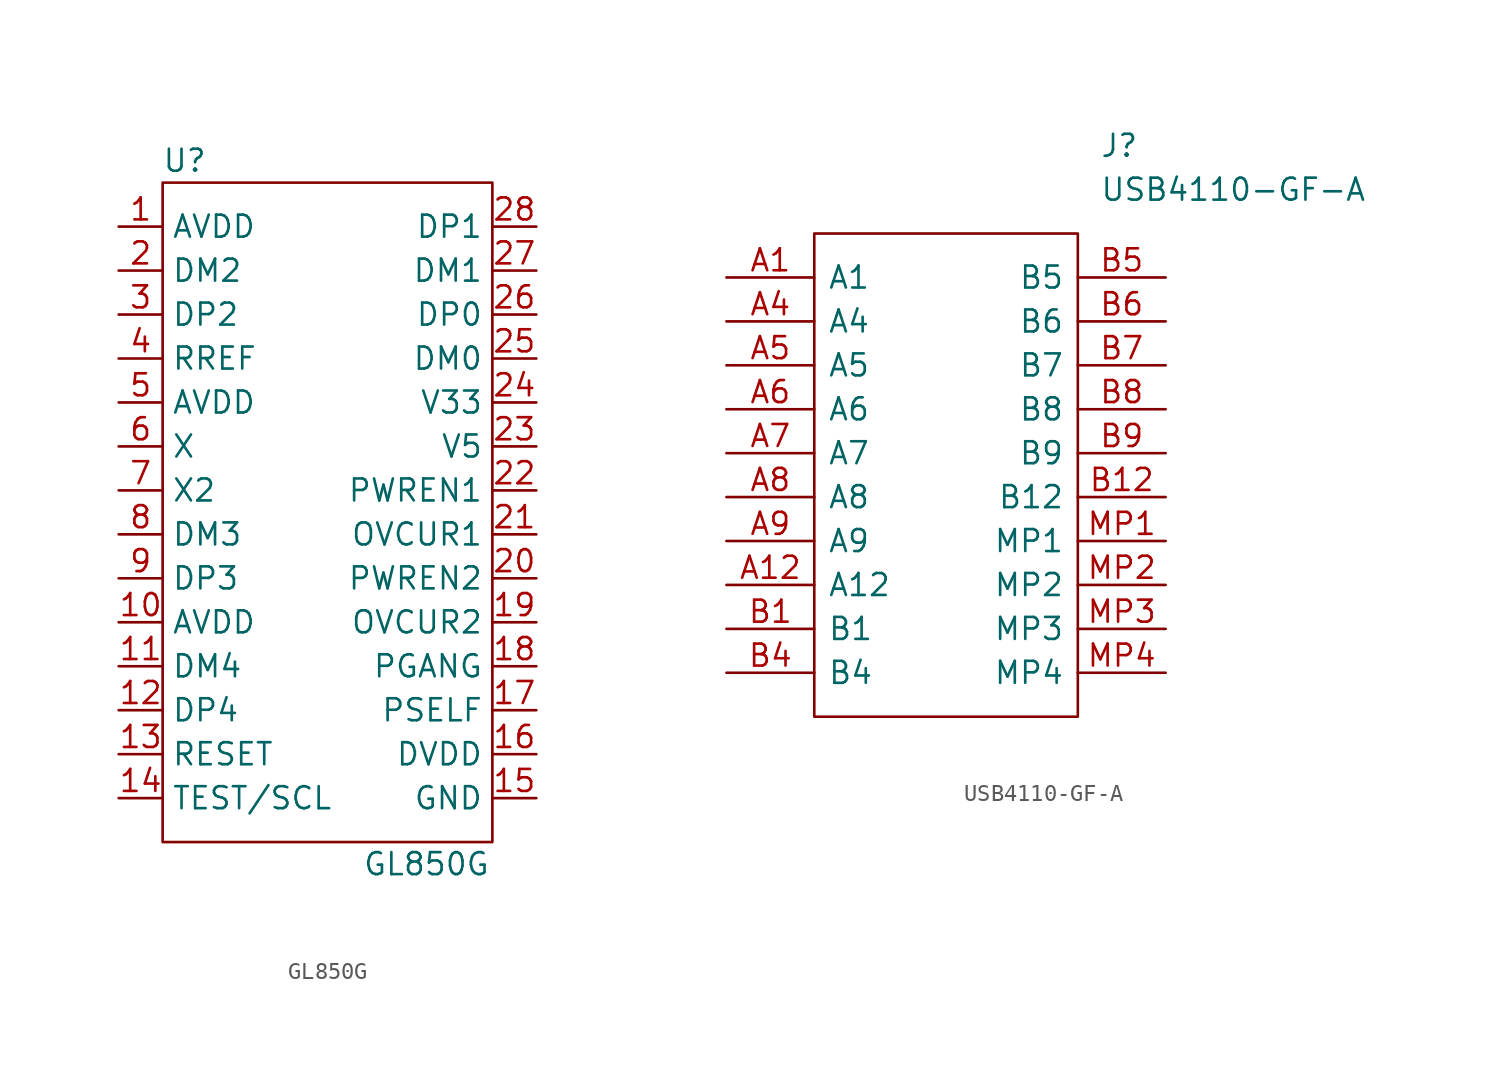
<source format=kicad_sym>
(kicad_symbol_lib
  (version 20211014)
  (generator kicad_symbol_editor)
  (symbol "GL850G"
    (property "Reference" "U"
      (at -8.89 20.32 0)
      (effects (font (size 1.27 1.27))))
    (property "Value" "GL850G"
      (at 5.08 -20.32 0)
      (effects (font (size 1.27 1.27))))
    (symbol "GL850G_0_1"
      (rectangle (start -10.16 19.05) (end 8.89 -19.05) (stroke (width 0) (type default) (color 0 0 0 0)) (fill (type none))))
    (symbol "GL850G_1_1"
      (pin input line (at -12.7 16.51 0) (length 2.54) (name "AVDD" (effects (font (size 1.27 1.27)))) (number "1" (effects (font (size 1.27 1.27)))))
      (pin input line (at -12.7 -6.35 0) (length 2.54) (name "AVDD" (effects (font (size 1.27 1.27)))) (number "10" (effects (font (size 1.27 1.27)))))
      (pin input line (at -12.7 -8.89 0) (length 2.54) (name "DM4" (effects (font (size 1.27 1.27)))) (number "11" (effects (font (size 1.27 1.27)))))
      (pin input line (at -12.7 -11.43 0) (length 2.54) (name "DP4" (effects (font (size 1.27 1.27)))) (number "12" (effects (font (size 1.27 1.27)))))
      (pin input line (at -12.7 -13.97 0) (length 2.54) (name "RESET" (effects (font (size 1.27 1.27)))) (number "13" (effects (font (size 1.27 1.27)))))
      (pin input line (at -12.7 -16.51 0) (length 2.54) (name "TEST/SCL" (effects (font (size 1.27 1.27)))) (number "14" (effects (font (size 1.27 1.27)))))
      (pin input line (at 11.43 -16.51 180) (length 2.54) (name "GND" (effects (font (size 1.27 1.27)))) (number "15" (effects (font (size 1.27 1.27)))))
      (pin input line (at 11.43 -13.97 180) (length 2.54) (name "DVDD" (effects (font (size 1.27 1.27)))) (number "16" (effects (font (size 1.27 1.27)))))
      (pin input line (at 11.43 -11.43 180) (length 2.54) (name "PSELF" (effects (font (size 1.27 1.27)))) (number "17" (effects (font (size 1.27 1.27)))))
      (pin input line (at 11.43 -8.89 180) (length 2.54) (name "PGANG" (effects (font (size 1.27 1.27)))) (number "18" (effects (font (size 1.27 1.27)))))
      (pin input line (at 11.43 -6.35 180) (length 2.54) (name "OVCUR2" (effects (font (size 1.27 1.27)))) (number "19" (effects (font (size 1.27 1.27)))))
      (pin input line (at -12.7 13.97 0) (length 2.54) (name "DM2" (effects (font (size 1.27 1.27)))) (number "2" (effects (font (size 1.27 1.27)))))
      (pin input line (at 11.43 -3.81 180) (length 2.54) (name "PWREN2" (effects (font (size 1.27 1.27)))) (number "20" (effects (font (size 1.27 1.27)))))
      (pin input line (at 11.43 -1.27 180) (length 2.54) (name "OVCUR1" (effects (font (size 1.27 1.27)))) (number "21" (effects (font (size 1.27 1.27)))))
      (pin input line (at 11.43 1.27 180) (length 2.54) (name "PWREN1" (effects (font (size 1.27 1.27)))) (number "22" (effects (font (size 1.27 1.27)))))
      (pin input line (at 11.43 3.81 180) (length 2.54) (name "V5" (effects (font (size 1.27 1.27)))) (number "23" (effects (font (size 1.27 1.27)))))
      (pin input line (at 11.43 6.35 180) (length 2.54) (name "V33" (effects (font (size 1.27 1.27)))) (number "24" (effects (font (size 1.27 1.27)))))
      (pin input line (at 11.43 8.89 180) (length 2.54) (name "DM0" (effects (font (size 1.27 1.27)))) (number "25" (effects (font (size 1.27 1.27)))))
      (pin input line (at 11.43 11.43 180) (length 2.54) (name "DP0" (effects (font (size 1.27 1.27)))) (number "26" (effects (font (size 1.27 1.27)))))
      (pin input line (at 11.43 13.97 180) (length 2.54) (name "DM1" (effects (font (size 1.27 1.27)))) (number "27" (effects (font (size 1.27 1.27)))))
      (pin input line (at 11.43 16.51 180) (length 2.54) (name "DP1" (effects (font (size 1.27 1.27)))) (number "28" (effects (font (size 1.27 1.27)))))
      (pin input line (at -12.7 11.43 0) (length 2.54) (name "DP2" (effects (font (size 1.27 1.27)))) (number "3" (effects (font (size 1.27 1.27)))))
      (pin input line (at -12.7 8.89 0) (length 2.54) (name "RREF" (effects (font (size 1.27 1.27)))) (number "4" (effects (font (size 1.27 1.27)))))
      (pin input line (at -12.7 6.35 0) (length 2.54) (name "AVDD" (effects (font (size 1.27 1.27)))) (number "5" (effects (font (size 1.27 1.27)))))
      (pin input line (at -12.7 3.81 0) (length 2.54) (name "X" (effects (font (size 1.27 1.27)))) (number "6" (effects (font (size 1.27 1.27)))))
      (pin input line (at -12.7 1.27 0) (length 2.54) (name "X2" (effects (font (size 1.27 1.27)))) (number "7" (effects (font (size 1.27 1.27)))))
      (pin input line (at -12.7 -1.27 0) (length 2.54) (name "DM3" (effects (font (size 1.27 1.27)))) (number "8" (effects (font (size 1.27 1.27)))))
      (pin input line (at -12.7 -3.81 0) (length 2.54) (name "DP3" (effects (font (size 1.27 1.27)))) (number "9" (effects (font (size 1.27 1.27)))))))
  (symbol "USB4110-GF-A"
    (pin_names
      (offset 0.762))
    (property "Reference" "J"
      (at 21.59 7.62 0)
      (effects (font (size 1.27 1.27)) (justify left)))
    (property "Value" "USB4110-GF-A"
      (at 21.59 5.08 0)
      (effects (font (size 1.27 1.27)) (justify left)))
    (symbol "USB4110-GF-A_0_0"
      (pin passive line (at 0 0 0) (length 5.08) (name "A1" (effects (font (size 1.27 1.27)))) (number "A1" (effects (font (size 1.27 1.27)))))
      (pin passive line (at 0 -17.78 0) (length 5.08) (name "A12" (effects (font (size 1.27 1.27)))) (number "A12" (effects (font (size 1.27 1.27)))))
      (pin passive line (at 0 -2.54 0) (length 5.08) (name "A4" (effects (font (size 1.27 1.27)))) (number "A4" (effects (font (size 1.27 1.27)))))
      (pin passive line (at 0 -5.08 0) (length 5.08) (name "A5" (effects (font (size 1.27 1.27)))) (number "A5" (effects (font (size 1.27 1.27)))))
      (pin passive line (at 0 -7.62 0) (length 5.08) (name "A6" (effects (font (size 1.27 1.27)))) (number "A6" (effects (font (size 1.27 1.27)))))
      (pin passive line (at 0 -10.16 0) (length 5.08) (name "A7" (effects (font (size 1.27 1.27)))) (number "A7" (effects (font (size 1.27 1.27)))))
      (pin passive line (at 0 -12.7 0) (length 5.08) (name "A8" (effects (font (size 1.27 1.27)))) (number "A8" (effects (font (size 1.27 1.27)))))
      (pin passive line (at 0 -15.24 0) (length 5.08) (name "A9" (effects (font (size 1.27 1.27)))) (number "A9" (effects (font (size 1.27 1.27)))))
      (pin passive line (at 0 -20.32 0) (length 5.08) (name "B1" (effects (font (size 1.27 1.27)))) (number "B1" (effects (font (size 1.27 1.27)))))
      (pin passive line (at 25.4 -12.7 180) (length 5.08) (name "B12" (effects (font (size 1.27 1.27)))) (number "B12" (effects (font (size 1.27 1.27)))))
      (pin passive line (at 0 -22.86 0) (length 5.08) (name "B4" (effects (font (size 1.27 1.27)))) (number "B4" (effects (font (size 1.27 1.27)))))
      (pin passive line (at 25.4 0 180) (length 5.08) (name "B5" (effects (font (size 1.27 1.27)))) (number "B5" (effects (font (size 1.27 1.27)))))
      (pin passive line (at 25.4 -2.54 180) (length 5.08) (name "B6" (effects (font (size 1.27 1.27)))) (number "B6" (effects (font (size 1.27 1.27)))))
      (pin passive line (at 25.4 -5.08 180) (length 5.08) (name "B7" (effects (font (size 1.27 1.27)))) (number "B7" (effects (font (size 1.27 1.27)))))
      (pin passive line (at 25.4 -7.62 180) (length 5.08) (name "B8" (effects (font (size 1.27 1.27)))) (number "B8" (effects (font (size 1.27 1.27)))))
      (pin passive line (at 25.4 -10.16 180) (length 5.08) (name "B9" (effects (font (size 1.27 1.27)))) (number "B9" (effects (font (size 1.27 1.27)))))
      (pin passive line (at 25.4 -15.24 180) (length 5.08) (name "MP1" (effects (font (size 1.27 1.27)))) (number "MP1" (effects (font (size 1.27 1.27)))))
      (pin passive line (at 25.4 -17.78 180) (length 5.08) (name "MP2" (effects (font (size 1.27 1.27)))) (number "MP2" (effects (font (size 1.27 1.27)))))
      (pin passive line (at 25.4 -20.32 180) (length 5.08) (name "MP3" (effects (font (size 1.27 1.27)))) (number "MP3" (effects (font (size 1.27 1.27)))))
      (pin passive line (at 25.4 -22.86 180) (length 5.08) (name "MP4" (effects (font (size 1.27 1.27)))) (number "MP4" (effects (font (size 1.27 1.27))))))
    (symbol "USB4110-GF-A_0_1"
      (polyline (pts (xy 5.08 2.54) (xy 20.32 2.54) (xy 20.32 -25.4) (xy 5.08 -25.4) (xy 5.08 2.54)) (stroke (width 0.152) (type default) (color 0 0 0 0)) (fill (type none))))))
</source>
